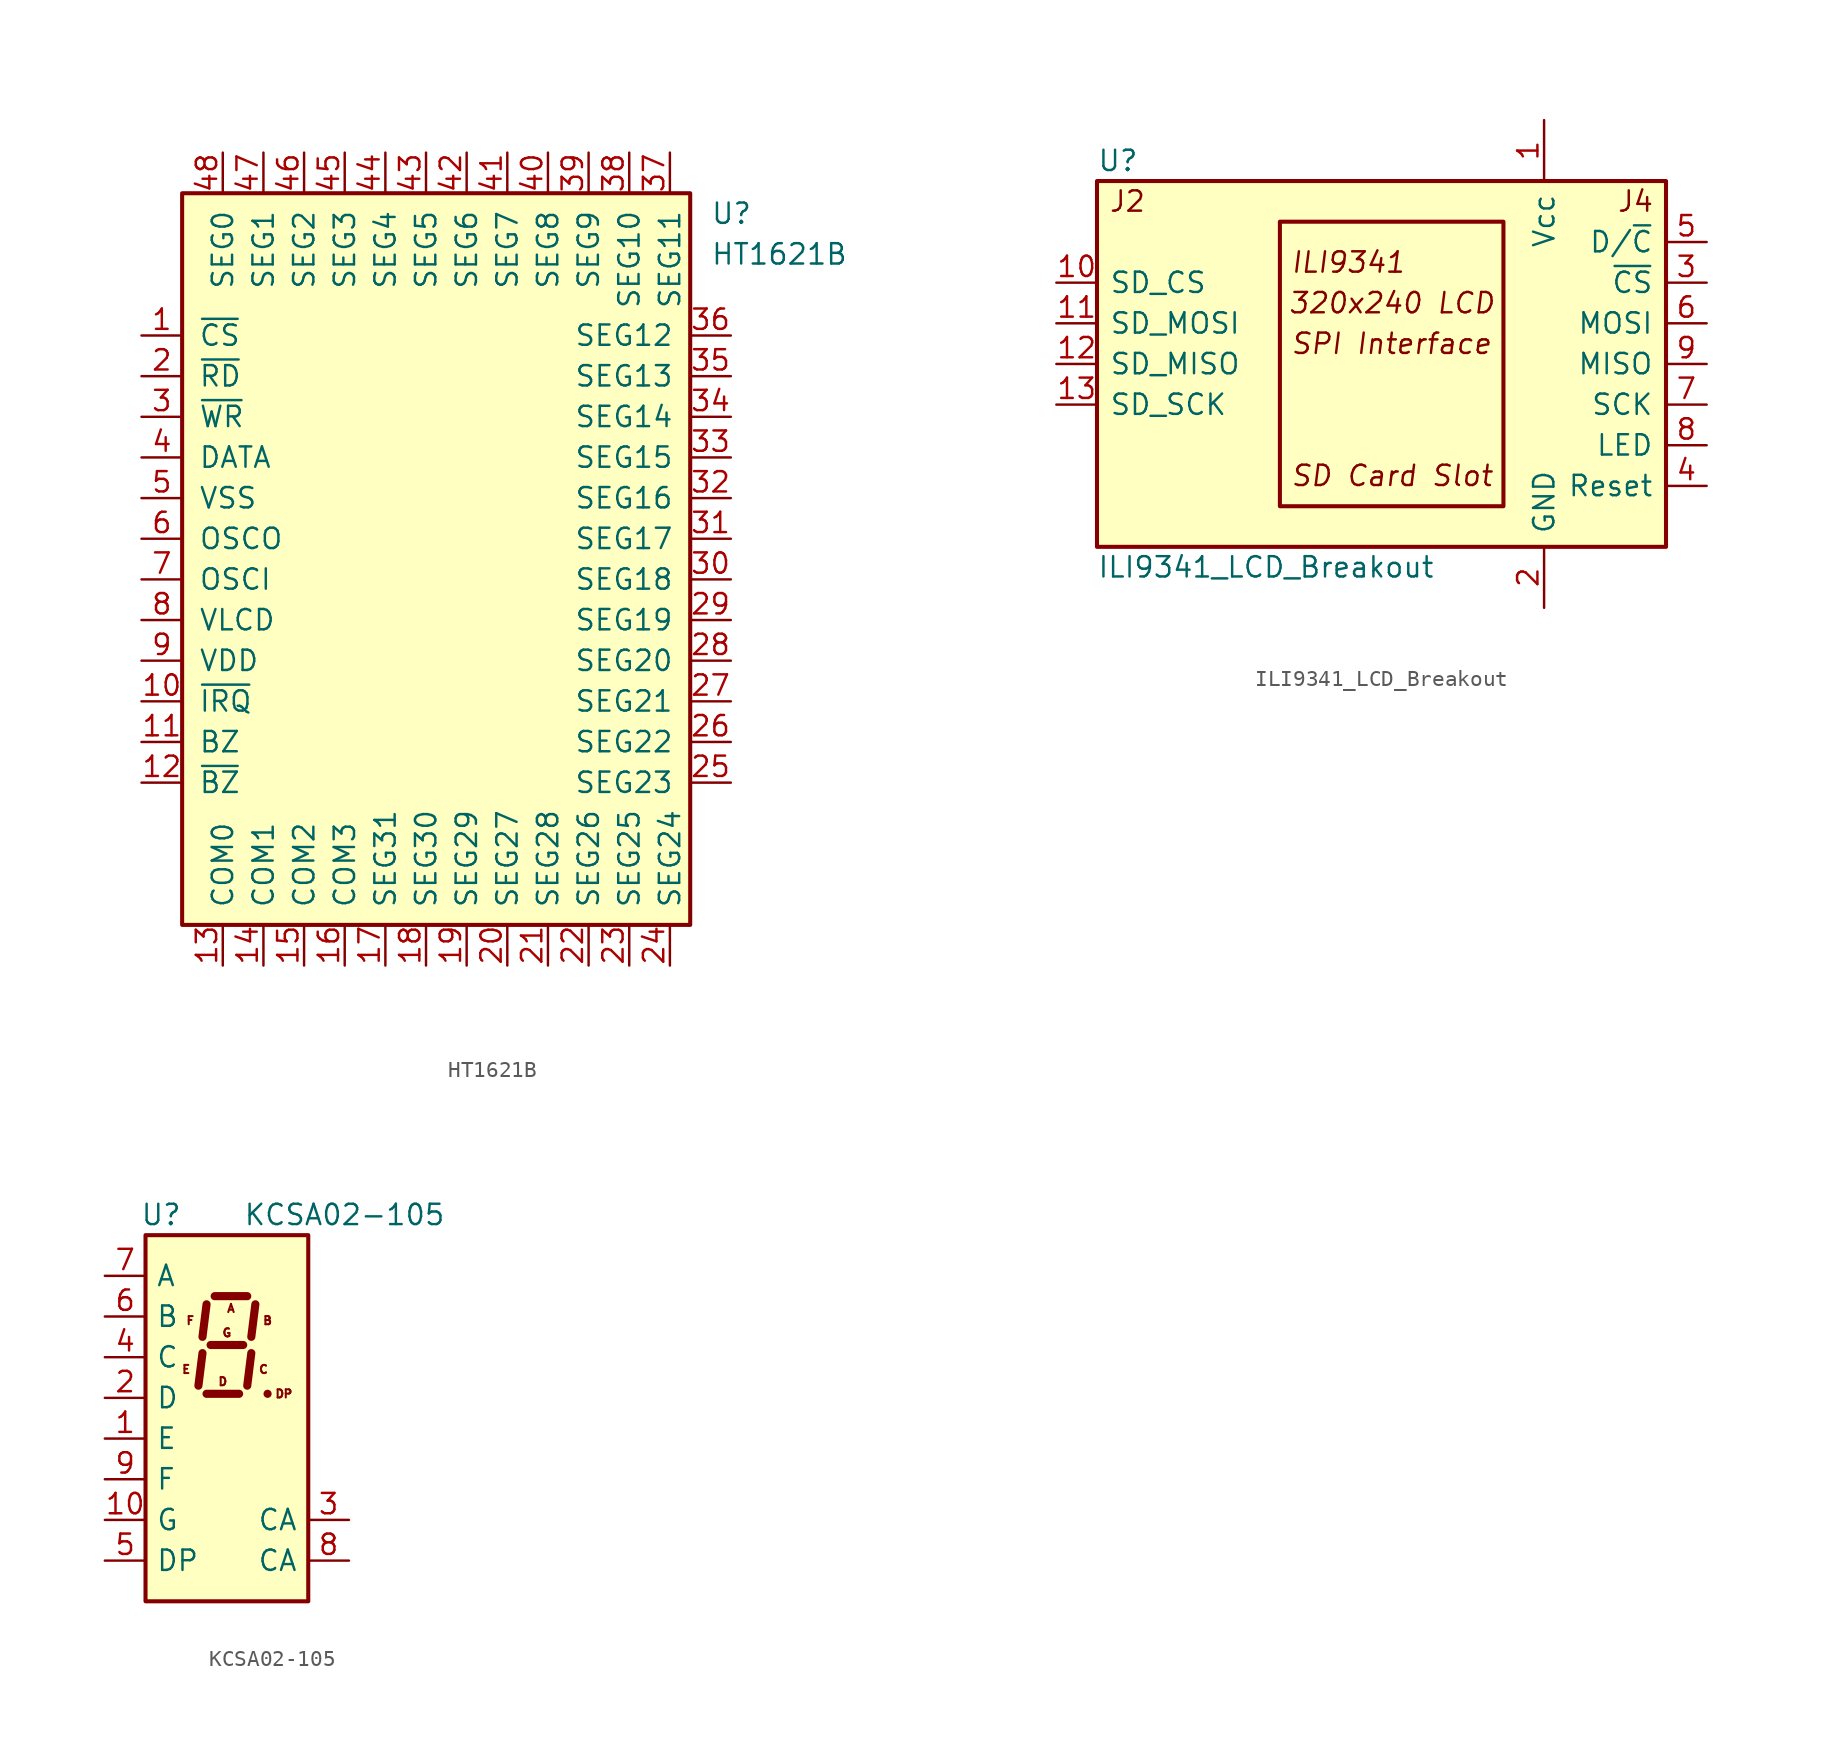
<source format=kicad_sym>
(kicad_symbol_lib
  (version 20231120)
  (generator "kicad_symbol_editor")
  (generator_version "8.0")
  (symbol "HT1621B"
    (pin_names
      (offset 1.016))
    (property "Reference" "U"
      (at 16.51 21.59 0)
      (effects (font (size 1.27 1.27)) (justify left)))
    (property "Value" "HT1621B"
      (at 16.51 19.05 0)
      (effects (font (size 1.27 1.27)) (justify left)))
    (symbol "HT1621B_0_0"
      (pin bidirectional line (at -19.05 13.97 0) (length 2.54) (name "~{CS}" (effects (font (size 1.27 1.27)))) (number "1" (effects (font (size 1.27 1.27)))))
      (pin bidirectional line (at -19.05 -8.89 0) (length 2.54) (name "~{IRQ}" (effects (font (size 1.27 1.27)))) (number "10" (effects (font (size 1.27 1.27)))))
      (pin bidirectional line (at -19.05 -11.43 0) (length 2.54) (name "BZ" (effects (font (size 1.27 1.27)))) (number "11" (effects (font (size 1.27 1.27)))))
      (pin bidirectional line (at -19.05 -13.97 0) (length 2.54) (name "~{BZ}" (effects (font (size 1.27 1.27)))) (number "12" (effects (font (size 1.27 1.27)))))
      (pin output line (at -13.97 -25.4 90) (length 2.54) (name "COM0" (effects (font (size 1.27 1.27)))) (number "13" (effects (font (size 1.27 1.27)))))
      (pin output line (at -11.43 -25.4 90) (length 2.54) (name "COM1" (effects (font (size 1.27 1.27)))) (number "14" (effects (font (size 1.27 1.27)))))
      (pin output line (at -8.89 -25.4 90) (length 2.54) (name "COM2" (effects (font (size 1.27 1.27)))) (number "15" (effects (font (size 1.27 1.27)))))
      (pin output line (at -6.35 -25.4 90) (length 2.54) (name "COM3" (effects (font (size 1.27 1.27)))) (number "16" (effects (font (size 1.27 1.27)))))
      (pin output line (at -3.81 -25.4 90) (length 2.54) (name "SEG31" (effects (font (size 1.27 1.27)))) (number "17" (effects (font (size 1.27 1.27)))))
      (pin output line (at -1.27 -25.4 90) (length 2.54) (name "SEG30" (effects (font (size 1.27 1.27)))) (number "18" (effects (font (size 1.27 1.27)))))
      (pin output line (at 1.27 -25.4 90) (length 2.54) (name "SEG29" (effects (font (size 1.27 1.27)))) (number "19" (effects (font (size 1.27 1.27)))))
      (pin bidirectional line (at -19.05 11.43 0) (length 2.54) (name "~{RD}" (effects (font (size 1.27 1.27)))) (number "2" (effects (font (size 1.27 1.27)))))
      (pin output line (at 3.81 -25.4 90) (length 2.54) (name "SEG27" (effects (font (size 1.27 1.27)))) (number "20" (effects (font (size 1.27 1.27)))))
      (pin output line (at 6.35 -25.4 90) (length 2.54) (name "SEG28" (effects (font (size 1.27 1.27)))) (number "21" (effects (font (size 1.27 1.27)))))
      (pin output line (at 8.89 -25.4 90) (length 2.54) (name "SEG26" (effects (font (size 1.27 1.27)))) (number "22" (effects (font (size 1.27 1.27)))))
      (pin output line (at 11.43 -25.4 90) (length 2.54) (name "SEG25" (effects (font (size 1.27 1.27)))) (number "23" (effects (font (size 1.27 1.27)))))
      (pin output line (at 13.97 -25.4 90) (length 2.54) (name "SEG24" (effects (font (size 1.27 1.27)))) (number "24" (effects (font (size 1.27 1.27)))))
      (pin output line (at 17.78 -13.97 180) (length 2.54) (name "SEG23" (effects (font (size 1.27 1.27)))) (number "25" (effects (font (size 1.27 1.27)))))
      (pin output line (at 17.78 -11.43 180) (length 2.54) (name "SEG22" (effects (font (size 1.27 1.27)))) (number "26" (effects (font (size 1.27 1.27)))))
      (pin output line (at 17.78 -8.89 180) (length 2.54) (name "SEG21" (effects (font (size 1.27 1.27)))) (number "27" (effects (font (size 1.27 1.27)))))
      (pin output line (at 17.78 -6.35 180) (length 2.54) (name "SEG20" (effects (font (size 1.27 1.27)))) (number "28" (effects (font (size 1.27 1.27)))))
      (pin output line (at 17.78 -3.81 180) (length 2.54) (name "SEG19" (effects (font (size 1.27 1.27)))) (number "29" (effects (font (size 1.27 1.27)))))
      (pin bidirectional line (at -19.05 8.89 0) (length 2.54) (name "~{WR}" (effects (font (size 1.27 1.27)))) (number "3" (effects (font (size 1.27 1.27)))))
      (pin output line (at 17.78 -1.27 180) (length 2.54) (name "SEG18" (effects (font (size 1.27 1.27)))) (number "30" (effects (font (size 1.27 1.27)))))
      (pin output line (at 17.78 1.27 180) (length 2.54) (name "SEG17" (effects (font (size 1.27 1.27)))) (number "31" (effects (font (size 1.27 1.27)))))
      (pin output line (at 17.78 3.81 180) (length 2.54) (name "SEG16" (effects (font (size 1.27 1.27)))) (number "32" (effects (font (size 1.27 1.27)))))
      (pin output line (at 17.78 6.35 180) (length 2.54) (name "SEG15" (effects (font (size 1.27 1.27)))) (number "33" (effects (font (size 1.27 1.27)))))
      (pin output line (at 17.78 8.89 180) (length 2.54) (name "SEG14" (effects (font (size 1.27 1.27)))) (number "34" (effects (font (size 1.27 1.27)))))
      (pin output line (at 17.78 11.43 180) (length 2.54) (name "SEG13" (effects (font (size 1.27 1.27)))) (number "35" (effects (font (size 1.27 1.27)))))
      (pin output line (at 17.78 13.97 180) (length 2.54) (name "SEG12" (effects (font (size 1.27 1.27)))) (number "36" (effects (font (size 1.27 1.27)))))
      (pin output line (at 13.97 25.4 270) (length 2.54) (name "SEG11" (effects (font (size 1.27 1.27)))) (number "37" (effects (font (size 1.27 1.27)))))
      (pin output line (at 11.43 25.4 270) (length 2.54) (name "SEG10" (effects (font (size 1.27 1.27)))) (number "38" (effects (font (size 1.27 1.27)))))
      (pin output line (at 8.89 25.4 270) (length 2.54) (name "SEG9" (effects (font (size 1.27 1.27)))) (number "39" (effects (font (size 1.27 1.27)))))
      (pin bidirectional line (at -19.05 6.35 0) (length 2.54) (name "DATA" (effects (font (size 1.27 1.27)))) (number "4" (effects (font (size 1.27 1.27)))))
      (pin output line (at 6.35 25.4 270) (length 2.54) (name "SEG8" (effects (font (size 1.27 1.27)))) (number "40" (effects (font (size 1.27 1.27)))))
      (pin output line (at 3.81 25.4 270) (length 2.54) (name "SEG7" (effects (font (size 1.27 1.27)))) (number "41" (effects (font (size 1.27 1.27)))))
      (pin output line (at 1.27 25.4 270) (length 2.54) (name "SEG6" (effects (font (size 1.27 1.27)))) (number "42" (effects (font (size 1.27 1.27)))))
      (pin output line (at -1.27 25.4 270) (length 2.54) (name "SEG5" (effects (font (size 1.27 1.27)))) (number "43" (effects (font (size 1.27 1.27)))))
      (pin output line (at -3.81 25.4 270) (length 2.54) (name "SEG4" (effects (font (size 1.27 1.27)))) (number "44" (effects (font (size 1.27 1.27)))))
      (pin output line (at -6.35 25.4 270) (length 2.54) (name "SEG3" (effects (font (size 1.27 1.27)))) (number "45" (effects (font (size 1.27 1.27)))))
      (pin output line (at -8.89 25.4 270) (length 2.54) (name "SEG2" (effects (font (size 1.27 1.27)))) (number "46" (effects (font (size 1.27 1.27)))))
      (pin output line (at -11.43 25.4 270) (length 2.54) (name "SEG1" (effects (font (size 1.27 1.27)))) (number "47" (effects (font (size 1.27 1.27)))))
      (pin output line (at -13.97 25.4 270) (length 2.54) (name "SEG0" (effects (font (size 1.27 1.27)))) (number "48" (effects (font (size 1.27 1.27)))))
      (pin power_in line (at -19.05 3.81 0) (length 2.54) (name "VSS" (effects (font (size 1.27 1.27)))) (number "5" (effects (font (size 1.27 1.27)))))
      (pin bidirectional line (at -19.05 1.27 0) (length 2.54) (name "OSCO" (effects (font (size 1.27 1.27)))) (number "6" (effects (font (size 1.27 1.27)))))
      (pin bidirectional line (at -19.05 -1.27 0) (length 2.54) (name "OSCI" (effects (font (size 1.27 1.27)))) (number "7" (effects (font (size 1.27 1.27)))))
      (pin power_in line (at -19.05 -3.81 0) (length 2.54) (name "VLCD" (effects (font (size 1.27 1.27)))) (number "8" (effects (font (size 1.27 1.27)))))
      (pin power_in line (at -19.05 -6.35 0) (length 2.54) (name "VDD" (effects (font (size 1.27 1.27)))) (number "9" (effects (font (size 1.27 1.27))))))
    (symbol "HT1621B_0_1"
      (rectangle (start 15.24 -22.86) (end -16.51 22.86) (stroke (width 0.254) (type default)) (fill (type background)))))
  (symbol "ILI9341_LCD_Breakout"
    (pin_names
      (offset 0.762))
    (property "Reference" "U"
      (at -17.78 12.7 0)
      (effects (font (size 1.27 1.27)) (justify left)))
    (property "Value" "ILI9341_LCD_Breakout"
      (at -17.78 -12.7 0)
      (effects (font (size 1.27 1.27)) (justify left)))
    (symbol "ILI9341_LCD_Breakout_0_0"
      (text "320x240 LCD" (at 0.635 3.81 0) (effects (font (size 1.27 1.27) (italic yes))))
      (text "ILI9341" (at -5.715 6.35 0) (effects (font (size 1.27 1.27) (italic yes)) (justify left)))
      (text "J2" (at -15.875 10.16 0) (effects (font (size 1.27 1.27))))
      (text "J4" (at 15.875 10.16 0) (effects (font (size 1.27 1.27))))
      (text "SD Card Slot" (at -5.715 -6.985 0) (effects (font (size 1.27 1.27) (italic yes)) (justify left)))
      (text "SPI Interface" (at -5.715 1.27 0) (effects (font (size 1.27 1.27) (italic yes)) (justify left))))
    (symbol "ILI9341_LCD_Breakout_0_1"
      (rectangle (start -17.78 11.43) (end 17.78 -11.43) (stroke (width 0.254) (type default)) (fill (type background)))
      (rectangle (start -6.35 8.89) (end 7.62 -8.89) (stroke (width 0.254) (type default)) (fill (type none))))
    (symbol "ILI9341_LCD_Breakout_1_1"
      (pin power_in line (at 10.16 15.24 270) (length 3.81) (name "Vcc" (effects (font (size 1.27 1.27)))) (number "1" (effects (font (size 1.27 1.27)))))
      (pin input line (at -20.32 5.08 0) (length 2.54) (name "SD_CS" (effects (font (size 1.27 1.27)))) (number "10" (effects (font (size 1.27 1.27)))))
      (pin input line (at -20.32 2.54 0) (length 2.54) (name "SD_MOSI" (effects (font (size 1.27 1.27)))) (number "11" (effects (font (size 1.27 1.27)))))
      (pin output line (at -20.32 0 0) (length 2.54) (name "SD_MISO" (effects (font (size 1.27 1.27)))) (number "12" (effects (font (size 1.27 1.27)))))
      (pin input line (at -20.32 -2.54 0) (length 2.54) (name "SD_SCK" (effects (font (size 1.27 1.27)))) (number "13" (effects (font (size 1.27 1.27)))))
      (pin power_in line (at 10.16 -15.24 90) (length 3.81) (name "GND" (effects (font (size 1.27 1.27)))) (number "2" (effects (font (size 1.27 1.27)))))
      (pin input line (at 20.32 5.08 180) (length 2.54) (name "~{CS}" (effects (font (size 1.27 1.27)))) (number "3" (effects (font (size 1.27 1.27)))))
      (pin input line (at 20.32 -7.62 180) (length 2.54) (name "Reset" (effects (font (size 1.27 1.27)))) (number "4" (effects (font (size 1.27 1.27)))))
      (pin input line (at 20.32 7.62 180) (length 2.54) (name "D/~{C}" (effects (font (size 1.27 1.27)))) (number "5" (effects (font (size 1.27 1.27)))))
      (pin input line (at 20.32 2.54 180) (length 2.54) (name "MOSI" (effects (font (size 1.27 1.27)))) (number "6" (effects (font (size 1.27 1.27)))))
      (pin input line (at 20.32 -2.54 180) (length 2.54) (name "SCK" (effects (font (size 1.27 1.27)))) (number "7" (effects (font (size 1.27 1.27)))))
      (pin input line (at 20.32 -5.08 180) (length 2.54) (name "LED" (effects (font (size 1.27 1.27)))) (number "8" (effects (font (size 1.27 1.27)))))
      (pin output line (at 20.32 0 180) (length 2.54) (name "MISO" (effects (font (size 1.27 1.27)))) (number "9" (effects (font (size 1.27 1.27)))))))
  (symbol "KCSA02-105"
    (pin_names
      (offset 0.635))
    (property "Reference" "U"
      (at -2.794 11.43 0)
      (effects (font (size 1.27 1.27)) (justify right)))
    (property "Value" "KCSA02-105"
      (at 1.016 11.43 0)
      (effects (font (size 1.27 1.27)) (justify left)))
    (symbol "KCSA02-105_0_0"
      (text "A" (at 0.254 5.588 0) (effects (font (size 0.508 0.508))))
      (text "B" (at 2.54 4.826 0) (effects (font (size 0.508 0.508))))
      (text "C" (at 2.286 1.778 0) (effects (font (size 0.508 0.508))))
      (text "D" (at -0.254 1.016 0) (effects (font (size 0.508 0.508))))
      (text "DP" (at 3.556 0.254 0) (effects (font (size 0.508 0.508))))
      (text "E" (at -2.54 1.778 0) (effects (font (size 0.508 0.508))))
      (text "F" (at -2.286 4.826 0) (effects (font (size 0.508 0.508))))
      (text "G" (at 0 4.064 0) (effects (font (size 0.508 0.508)))))
    (symbol "KCSA02-105_0_1"
      (rectangle (start -5.08 10.16) (end 5.08 -12.7) (stroke (width 0.254) (type default)) (fill (type background)))
      (polyline (pts (xy -1.524 2.794) (xy -1.778 0.762)) (stroke (width 0.508) (type default)) (fill (type none)))
      (polyline (pts (xy -1.27 0.254) (xy 0.762 0.254)) (stroke (width 0.508) (type default)) (fill (type none)))
      (polyline (pts (xy -1.27 5.842) (xy -1.524 3.81)) (stroke (width 0.508) (type default)) (fill (type none)))
      (polyline (pts (xy -1.016 3.302) (xy 1.016 3.302)) (stroke (width 0.508) (type default)) (fill (type none)))
      (polyline (pts (xy -0.762 6.35) (xy 1.27 6.35)) (stroke (width 0.508) (type default)) (fill (type none)))
      (polyline (pts (xy 1.524 2.794) (xy 1.27 0.762)) (stroke (width 0.508) (type default)) (fill (type none)))
      (polyline (pts (xy 1.778 5.842) (xy 1.524 3.81)) (stroke (width 0.508) (type default)) (fill (type none)))
      (polyline (pts (xy 2.54 0.254) (xy 2.54 0.254)) (stroke (width 0.508) (type default)) (fill (type none))))
    (symbol "KCSA02-105_1_1"
      (pin input line (at -7.62 -2.54 0) (length 2.54) (name "E" (effects (font (size 1.27 1.27)))) (number "1" (effects (font (size 1.27 1.27)))))
      (pin input line (at -7.62 -7.62 0) (length 2.54) (name "G" (effects (font (size 1.27 1.27)))) (number "10" (effects (font (size 1.27 1.27)))))
      (pin input line (at -7.62 0 0) (length 2.54) (name "D" (effects (font (size 1.27 1.27)))) (number "2" (effects (font (size 1.27 1.27)))))
      (pin input line (at 7.62 -7.62 180) (length 2.54) (name "CA" (effects (font (size 1.27 1.27)))) (number "3" (effects (font (size 1.27 1.27)))))
      (pin input line (at -7.62 2.54 0) (length 2.54) (name "C" (effects (font (size 1.27 1.27)))) (number "4" (effects (font (size 1.27 1.27)))))
      (pin input line (at -7.62 -10.16 0) (length 2.54) (name "DP" (effects (font (size 1.27 1.27)))) (number "5" (effects (font (size 1.27 1.27)))))
      (pin input line (at -7.62 5.08 0) (length 2.54) (name "B" (effects (font (size 1.27 1.27)))) (number "6" (effects (font (size 1.27 1.27)))))
      (pin input line (at -7.62 7.62 0) (length 2.54) (name "A" (effects (font (size 1.27 1.27)))) (number "7" (effects (font (size 1.27 1.27)))))
      (pin input line (at 7.62 -10.16 180) (length 2.54) (name "CA" (effects (font (size 1.27 1.27)))) (number "8" (effects (font (size 1.27 1.27)))))
      (pin input line (at -7.62 -5.08 0) (length 2.54) (name "F" (effects (font (size 1.27 1.27)))) (number "9" (effects (font (size 1.27 1.27))))))))
</source>
